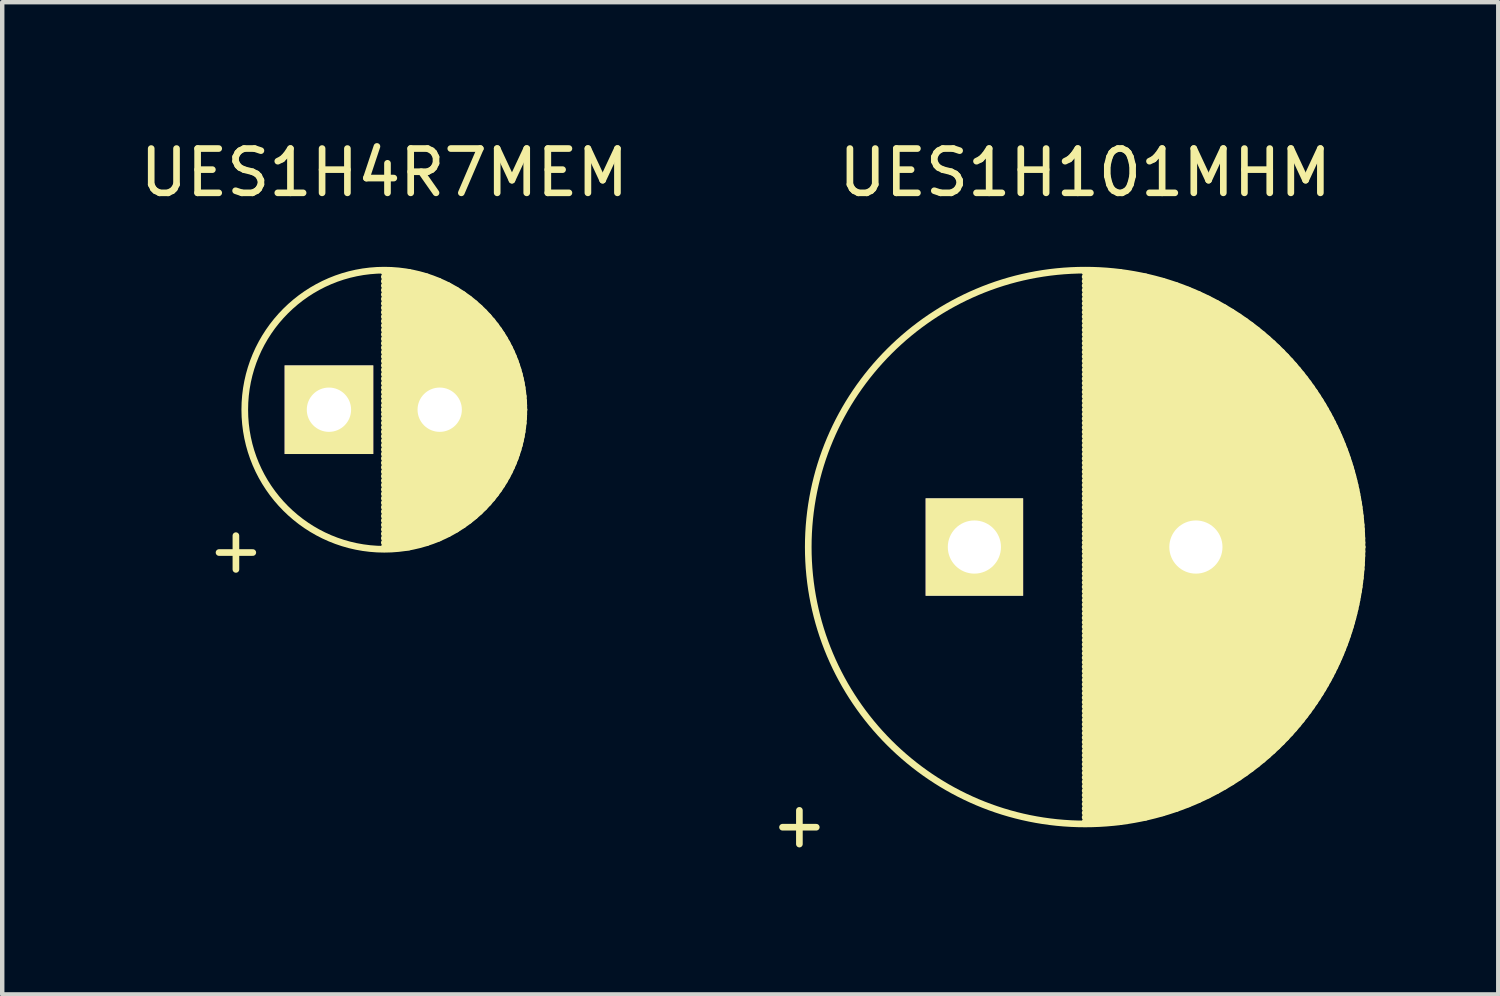
<source format=kicad_pcb>
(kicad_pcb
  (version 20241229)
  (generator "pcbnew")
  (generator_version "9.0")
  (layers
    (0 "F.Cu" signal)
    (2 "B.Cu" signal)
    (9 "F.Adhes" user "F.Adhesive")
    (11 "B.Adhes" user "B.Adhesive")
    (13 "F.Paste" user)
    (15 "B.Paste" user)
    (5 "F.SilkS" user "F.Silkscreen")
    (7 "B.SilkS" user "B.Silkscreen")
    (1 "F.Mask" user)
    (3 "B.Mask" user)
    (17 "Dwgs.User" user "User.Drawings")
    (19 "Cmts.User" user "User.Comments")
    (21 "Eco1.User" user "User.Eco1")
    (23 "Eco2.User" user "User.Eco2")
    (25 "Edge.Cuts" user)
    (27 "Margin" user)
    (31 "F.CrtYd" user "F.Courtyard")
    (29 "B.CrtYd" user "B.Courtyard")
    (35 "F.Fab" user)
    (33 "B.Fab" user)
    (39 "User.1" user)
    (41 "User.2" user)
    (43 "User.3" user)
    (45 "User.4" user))
  (footprint "UES1H101MHM"
    (layer "F.Cu")
    (at 18.944 9.298)
    (property "Reference" "UES1H101MHM" (at 2.5 -8.45 0) (layer "F.SilkS") (effects (font (size 1 1) (thickness 0.15))))
    (attr through_hole)
    (fp_line (start 2.5 -6.2) (end 3.289 -6.2) (stroke (width 0.15) (type solid)) (layer "F.SilkS"))
    (fp_line (start 2.5 -6.1) (end 3.861 -6.1) (stroke (width 0.15) (type solid)) (layer "F.SilkS"))
    (fp_line (start 2.5 -6) (end 4.25 -6) (stroke (width 0.15) (type solid)) (layer "F.SilkS"))
    (fp_line (start 2.5 -5.9) (end 4.562 -5.9) (stroke (width 0.15) (type solid)) (layer "F.SilkS"))
    (fp_line (start 2.5 -5.8) (end 4.829 -5.8) (stroke (width 0.15) (type solid)) (layer "F.SilkS"))
    (fp_line (start 2.5 -5.7) (end 5.064 -5.7) (stroke (width 0.15) (type solid)) (layer "F.SilkS"))
    (fp_line (start 2.5 -5.6) (end 5.275 -5.6) (stroke (width 0.15) (type solid)) (layer "F.SilkS"))
    (fp_line (start 2.5 -5.5) (end 5.469 -5.5) (stroke (width 0.15) (type solid)) (layer "F.SilkS"))
    (fp_line (start 2.5 -5.4) (end 5.647 -5.4) (stroke (width 0.15) (type solid)) (layer "F.SilkS"))
    (fp_line (start 2.5 -5.3) (end 5.812 -5.3) (stroke (width 0.15) (type solid)) (layer "F.SilkS"))
    (fp_line (start 2.5 -5.2) (end 5.967 -5.2) (stroke (width 0.15) (type solid)) (layer "F.SilkS"))
    (fp_line (start 2.5 -5.1) (end 6.113 -5.1) (stroke (width 0.15) (type solid)) (layer "F.SilkS"))
    (fp_line (start 2.5 -5) (end 6.25 -5) (stroke (width 0.15) (type solid)) (layer "F.SilkS"))
    (fp_line (start 2.5 -4.9) (end 6.38 -4.9) (stroke (width 0.15) (type solid)) (layer "F.SilkS"))
    (fp_line (start 2.5 -4.8) (end 6.503 -4.8) (stroke (width 0.15) (type solid)) (layer "F.SilkS"))
    (fp_line (start 2.5 -4.7) (end 6.62 -4.7) (stroke (width 0.15) (type solid)) (layer "F.SilkS"))
    (fp_line (start 2.5 -4.6) (end 6.731 -4.6) (stroke (width 0.15) (type solid)) (layer "F.SilkS"))
    (fp_line (start 2.5 -4.5) (end 6.837 -4.5) (stroke (width 0.15) (type solid)) (layer "F.SilkS"))
    (fp_line (start 2.5 -4.4) (end 6.939 -4.4) (stroke (width 0.15) (type solid)) (layer "F.SilkS"))
    (fp_line (start 2.5 -4.3) (end 7.036 -4.3) (stroke (width 0.15) (type solid)) (layer "F.SilkS"))
    (fp_line (start 2.5 -4.2) (end 7.128 -4.2) (stroke (width 0.15) (type solid)) (layer "F.SilkS"))
    (fp_line (start 2.5 -4.1) (end 7.217 -4.1) (stroke (width 0.15) (type solid)) (layer "F.SilkS"))
    (fp_line (start 2.5 -4) (end 7.302 -4) (stroke (width 0.15) (type solid)) (layer "F.SilkS"))
    (fp_line (start 2.5 -3.9) (end 7.384 -3.9) (stroke (width 0.15) (type solid)) (layer "F.SilkS"))
    (fp_line (start 2.5 -3.8) (end 7.462 -3.8) (stroke (width 0.15) (type solid)) (layer "F.SilkS"))
    (fp_line (start 2.5 -3.7) (end 7.537 -3.7) (stroke (width 0.15) (type solid)) (layer "F.SilkS"))
    (fp_line (start 2.5 -3.6) (end 7.609 -3.6) (stroke (width 0.15) (type solid)) (layer "F.SilkS"))
    (fp_line (start 2.5 -3.5) (end 7.678 -3.5) (stroke (width 0.15) (type solid)) (layer "F.SilkS"))
    (fp_line (start 2.5 -3.4) (end 7.744 -3.4) (stroke (width 0.15) (type solid)) (layer "F.SilkS"))
    (fp_line (start 2.5 -3.3) (end 7.808 -3.3) (stroke (width 0.15) (type solid)) (layer "F.SilkS"))
    (fp_line (start 2.5 -3.2) (end 7.869 -3.2) (stroke (width 0.15) (type solid)) (layer "F.SilkS"))
    (fp_line (start 2.5 -3.1) (end 7.927 -3.1) (stroke (width 0.15) (type solid)) (layer "F.SilkS"))
    (fp_line (start 2.5 -3) (end 7.983 -3) (stroke (width 0.15) (type solid)) (layer "F.SilkS"))
    (fp_line (start 2.5 -2.9) (end 8.036 -2.9) (stroke (width 0.15) (type solid)) (layer "F.SilkS"))
    (fp_line (start 2.5 -2.8) (end 8.088 -2.8) (stroke (width 0.15) (type solid)) (layer "F.SilkS"))
    (fp_line (start 2.5 -2.7) (end 8.137 -2.7) (stroke (width 0.15) (type solid)) (layer "F.SilkS"))
    (fp_line (start 2.5 -2.6) (end 8.184 -2.6) (stroke (width 0.15) (type solid)) (layer "F.SilkS"))
    (fp_line (start 2.5 -2.5) (end 8.228 -2.5) (stroke (width 0.15) (type solid)) (layer "F.SilkS"))
    (fp_line (start 2.5 -2.4) (end 8.271 -2.4) (stroke (width 0.15) (type solid)) (layer "F.SilkS"))
    (fp_line (start 2.5 -2.3) (end 8.311 -2.3) (stroke (width 0.15) (type solid)) (layer "F.SilkS"))
    (fp_line (start 2.5 -2.2) (end 8.35 -2.2) (stroke (width 0.15) (type solid)) (layer "F.SilkS"))
    (fp_line (start 2.5 -2.1) (end 8.387 -2.1) (stroke (width 0.15) (type solid)) (layer "F.SilkS"))
    (fp_line (start 2.5 -2) (end 8.421 -2) (stroke (width 0.15) (type solid)) (layer "F.SilkS"))
    (fp_line (start 2.5 -1.9) (end 8.454 -1.9) (stroke (width 0.15) (type solid)) (layer "F.SilkS"))
    (fp_line (start 2.5 -1.8) (end 8.485 -1.8) (stroke (width 0.15) (type solid)) (layer "F.SilkS"))
    (fp_line (start 2.5 -1.7) (end 8.514 -1.7) (stroke (width 0.15) (type solid)) (layer "F.SilkS"))
    (fp_line (start 2.5 -1.6) (end 8.542 -1.6) (stroke (width 0.15) (type solid)) (layer "F.SilkS"))
    (fp_line (start 2.5 -1.5) (end 8.567 -1.5) (stroke (width 0.15) (type solid)) (layer "F.SilkS"))
    (fp_line (start 2.5 -1.4) (end 8.591 -1.4) (stroke (width 0.15) (type solid)) (layer "F.SilkS"))
    (fp_line (start 2.5 -1.3) (end 8.613 -1.3) (stroke (width 0.15) (type solid)) (layer "F.SilkS"))
    (fp_line (start 2.5 -1.2) (end 8.634 -1.2) (stroke (width 0.15) (type solid)) (layer "F.SilkS"))
    (fp_line (start 2.5 -1.1) (end 8.652 -1.1) (stroke (width 0.15) (type solid)) (layer "F.SilkS"))
    (fp_line (start 2.5 -1) (end 8.669 -1) (stroke (width 0.15) (type solid)) (layer "F.SilkS"))
    (fp_line (start 2.5 -0.9) (end 8.685 -0.9) (stroke (width 0.15) (type solid)) (layer "F.SilkS"))
    (fp_line (start 2.5 -0.8) (end 8.699 -0.8) (stroke (width 0.15) (type solid)) (layer "F.SilkS"))
    (fp_line (start 2.5 -0.7) (end 8.711 -0.7) (stroke (width 0.15) (type solid)) (layer "F.SilkS"))
    (fp_line (start 2.5 -0.6) (end 8.721 -0.6) (stroke (width 0.15) (type solid)) (layer "F.SilkS"))
    (fp_line (start 2.5 -0.5) (end 8.73 -0.5) (stroke (width 0.15) (type solid)) (layer "F.SilkS"))
    (fp_line (start 2.5 -0.4) (end 8.737 -0.4) (stroke (width 0.15) (type solid)) (layer "F.SilkS"))
    (fp_line (start 2.5 -0.3) (end 8.743 -0.3) (stroke (width 0.15) (type solid)) (layer "F.SilkS"))
    (fp_line (start 2.5 -0.2) (end 8.747 -0.2) (stroke (width 0.15) (type solid)) (layer "F.SilkS"))
    (fp_line (start 2.5 -0.1) (end 8.749 -0.1) (stroke (width 0.15) (type solid)) (layer "F.SilkS"))
    (fp_line (start 2.5 0) (end 8.75 0) (stroke (width 0.15) (type solid)) (layer "F.SilkS"))
    (fp_line (start 2.5 0) (end 8.75 0) (stroke (width 0.15) (type solid)) (layer "F.SilkS"))
    (fp_line (start 2.5 0.1) (end 8.749 0.1) (stroke (width 0.15) (type solid)) (layer "F.SilkS"))
    (fp_line (start 2.5 0.2) (end 8.747 0.2) (stroke (width 0.15) (type solid)) (layer "F.SilkS"))
    (fp_line (start 2.5 0.3) (end 8.743 0.3) (stroke (width 0.15) (type solid)) (layer "F.SilkS"))
    (fp_line (start 2.5 0.4) (end 8.737 0.4) (stroke (width 0.15) (type solid)) (layer "F.SilkS"))
    (fp_line (start 2.5 0.5) (end 8.73 0.5) (stroke (width 0.15) (type solid)) (layer "F.SilkS"))
    (fp_line (start 2.5 0.6) (end 8.721 0.6) (stroke (width 0.15) (type solid)) (layer "F.SilkS"))
    (fp_line (start 2.5 0.7) (end 8.711 0.7) (stroke (width 0.15) (type solid)) (layer "F.SilkS"))
    (fp_line (start 2.5 0.8) (end 8.699 0.8) (stroke (width 0.15) (type solid)) (layer "F.SilkS"))
    (fp_line (start 2.5 0.9) (end 8.685 0.9) (stroke (width 0.15) (type solid)) (layer "F.SilkS"))
    (fp_line (start 2.5 1) (end 8.669 1) (stroke (width 0.15) (type solid)) (layer "F.SilkS"))
    (fp_line (start 2.5 1.1) (end 8.652 1.1) (stroke (width 0.15) (type solid)) (layer "F.SilkS"))
    (fp_line (start 2.5 1.2) (end 8.634 1.2) (stroke (width 0.15) (type solid)) (layer "F.SilkS"))
    (fp_line (start 2.5 1.3) (end 8.613 1.3) (stroke (width 0.15) (type solid)) (layer "F.SilkS"))
    (fp_line (start 2.5 1.4) (end 8.591 1.4) (stroke (width 0.15) (type solid)) (layer "F.SilkS"))
    (fp_line (start 2.5 1.5) (end 8.567 1.5) (stroke (width 0.15) (type solid)) (layer "F.SilkS"))
    (fp_line (start 2.5 1.6) (end 8.542 1.6) (stroke (width 0.15) (type solid)) (layer "F.SilkS"))
    (fp_line (start 2.5 1.7) (end 8.514 1.7) (stroke (width 0.15) (type solid)) (layer "F.SilkS"))
    (fp_line (start 2.5 1.8) (end 8.485 1.8) (stroke (width 0.15) (type solid)) (layer "F.SilkS"))
    (fp_line (start 2.5 1.9) (end 8.454 1.9) (stroke (width 0.15) (type solid)) (layer "F.SilkS"))
    (fp_line (start 2.5 2) (end 8.421 2) (stroke (width 0.15) (type solid)) (layer "F.SilkS"))
    (fp_line (start 2.5 2.1) (end 8.387 2.1) (stroke (width 0.15) (type solid)) (layer "F.SilkS"))
    (fp_line (start 2.5 2.2) (end 8.35 2.2) (stroke (width 0.15) (type solid)) (layer "F.SilkS"))
    (fp_line (start 2.5 2.3) (end 8.311 2.3) (stroke (width 0.15) (type solid)) (layer "F.SilkS"))
    (fp_line (start 2.5 2.4) (end 8.271 2.4) (stroke (width 0.15) (type solid)) (layer "F.SilkS"))
    (fp_line (start 2.5 2.5) (end 8.228 2.5) (stroke (width 0.15) (type solid)) (layer "F.SilkS"))
    (fp_line (start 2.5 2.6) (end 8.184 2.6) (stroke (width 0.15) (type solid)) (layer "F.SilkS"))
    (fp_line (start 2.5 2.7) (end 8.137 2.7) (stroke (width 0.15) (type solid)) (layer "F.SilkS"))
    (fp_line (start 2.5 2.8) (end 8.088 2.8) (stroke (width 0.15) (type solid)) (layer "F.SilkS"))
    (fp_line (start 2.5 2.9) (end 8.036 2.9) (stroke (width 0.15) (type solid)) (layer "F.SilkS"))
    (fp_line (start 2.5 3) (end 7.983 3) (stroke (width 0.15) (type solid)) (layer "F.SilkS"))
    (fp_line (start 2.5 3.1) (end 7.927 3.1) (stroke (width 0.15) (type solid)) (layer "F.SilkS"))
    (fp_line (start 2.5 3.2) (end 7.869 3.2) (stroke (width 0.15) (type solid)) (layer "F.SilkS"))
    (fp_line (start 2.5 3.3) (end 7.808 3.3) (stroke (width 0.15) (type solid)) (layer "F.SilkS"))
    (fp_line (start 2.5 3.4) (end 7.744 3.4) (stroke (width 0.15) (type solid)) (layer "F.SilkS"))
    (fp_line (start 2.5 3.5) (end 7.678 3.5) (stroke (width 0.15) (type solid)) (layer "F.SilkS"))
    (fp_line (start 2.5 3.6) (end 7.609 3.6) (stroke (width 0.15) (type solid)) (layer "F.SilkS"))
    (fp_line (start 2.5 3.7) (end 7.537 3.7) (stroke (width 0.15) (type solid)) (layer "F.SilkS"))
    (fp_line (start 2.5 3.8) (end 7.462 3.8) (stroke (width 0.15) (type solid)) (layer "F.SilkS"))
    (fp_line (start 2.5 3.9) (end 7.384 3.9) (stroke (width 0.15) (type solid)) (layer "F.SilkS"))
    (fp_line (start 2.5 4) (end 7.302 4) (stroke (width 0.15) (type solid)) (layer "F.SilkS"))
    (fp_line (start 2.5 4.1) (end 7.217 4.1) (stroke (width 0.15) (type solid)) (layer "F.SilkS"))
    (fp_line (start 2.5 4.2) (end 7.128 4.2) (stroke (width 0.15) (type solid)) (layer "F.SilkS"))
    (fp_line (start 2.5 4.3) (end 7.036 4.3) (stroke (width 0.15) (type solid)) (layer "F.SilkS"))
    (fp_line (start 2.5 4.4) (end 6.939 4.4) (stroke (width 0.15) (type solid)) (layer "F.SilkS"))
    (fp_line (start 2.5 4.5) (end 6.837 4.5) (stroke (width 0.15) (type solid)) (layer "F.SilkS"))
    (fp_line (start 2.5 4.6) (end 6.731 4.6) (stroke (width 0.15) (type solid)) (layer "F.SilkS"))
    (fp_line (start 2.5 4.7) (end 6.62 4.7) (stroke (width 0.15) (type solid)) (layer "F.SilkS"))
    (fp_line (start 2.5 4.8) (end 6.503 4.8) (stroke (width 0.15) (type solid)) (layer "F.SilkS"))
    (fp_line (start 2.5 4.9) (end 6.38 4.9) (stroke (width 0.15) (type solid)) (layer "F.SilkS"))
    (fp_line (start 2.5 5) (end 6.25 5) (stroke (width 0.15) (type solid)) (layer "F.SilkS"))
    (fp_line (start 2.5 5.1) (end 6.113 5.1) (stroke (width 0.15) (type solid)) (layer "F.SilkS"))
    (fp_line (start 2.5 5.2) (end 5.967 5.2) (stroke (width 0.15) (type solid)) (layer "F.SilkS"))
    (fp_line (start 2.5 5.3) (end 5.812 5.3) (stroke (width 0.15) (type solid)) (layer "F.SilkS"))
    (fp_line (start 2.5 5.4) (end 5.647 5.4) (stroke (width 0.15) (type solid)) (layer "F.SilkS"))
    (fp_line (start 2.5 5.5) (end 5.469 5.5) (stroke (width 0.15) (type solid)) (layer "F.SilkS"))
    (fp_line (start 2.5 5.6) (end 5.275 5.6) (stroke (width 0.15) (type solid)) (layer "F.SilkS"))
    (fp_line (start 2.5 5.7) (end 5.064 5.7) (stroke (width 0.15) (type solid)) (layer "F.SilkS"))
    (fp_line (start 2.5 5.8) (end 4.829 5.8) (stroke (width 0.15) (type solid)) (layer "F.SilkS"))
    (fp_line (start 2.5 5.9) (end 4.562 5.9) (stroke (width 0.15) (type solid)) (layer "F.SilkS"))
    (fp_line (start 2.5 6) (end 4.25 6) (stroke (width 0.15) (type solid)) (layer "F.SilkS"))
    (fp_line (start 2.5 6.1) (end 3.861 6.1) (stroke (width 0.15) (type solid)) (layer "F.SilkS"))
    (fp_line (start 2.5 6.2) (end 3.289 6.2) (stroke (width 0.15) (type solid)) (layer "F.SilkS"))
    (fp_circle (center 2.5 0) (end 2.5 -6.25) (stroke (width 0.15) (type solid)) (fill no) (layer "F.SilkS"))
    (fp_text user "+" (at -3.95 6.25 0) (layer "F.SilkS") (effects (font (size 1 1) (thickness 0.15))))
    (pad "1" thru_hole rect (at 0 0) (size 2.2 2.2) (drill 1.2) (layers "*.Cu" "*.Mask" "F.SilkS"))
    (pad "2" thru_hole circle (at 5 0) (size 2.2 2.2) (drill 1.2) (layers "*.Cu" "*.Mask" "F.SilkS")))
  (footprint "UES1H4R7MEM"
    (layer "F.Cu")
    (at 4.375 6.198)
    (property "Reference" "UES1H4R7MEM" (at 1.25 -5.35 0) (layer "F.SilkS") (effects (font (size 1 1) (thickness 0.15))))
    (attr through_hole)
    (fp_line (start 1.25 -3.1) (end 1.809 -3.1) (stroke (width 0.15) (type solid)) (layer "F.SilkS"))
    (fp_line (start 1.25 -3) (end 2.21 -3) (stroke (width 0.15) (type solid)) (layer "F.SilkS"))
    (fp_line (start 1.25 -2.9) (end 2.48 -2.9) (stroke (width 0.15) (type solid)) (layer "F.SilkS"))
    (fp_line (start 1.25 -2.8) (end 2.693 -2.8) (stroke (width 0.15) (type solid)) (layer "F.SilkS"))
    (fp_line (start 1.25 -2.7) (end 2.872 -2.7) (stroke (width 0.15) (type solid)) (layer "F.SilkS"))
    (fp_line (start 1.25 -2.6) (end 3.028 -2.6) (stroke (width 0.15) (type solid)) (layer "F.SilkS"))
    (fp_line (start 1.25 -2.5) (end 3.166 -2.5) (stroke (width 0.15) (type solid)) (layer "F.SilkS"))
    (fp_line (start 1.25 -2.4) (end 3.29 -2.4) (stroke (width 0.15) (type solid)) (layer "F.SilkS"))
    (fp_line (start 1.25 -2.3) (end 3.402 -2.3) (stroke (width 0.15) (type solid)) (layer "F.SilkS"))
    (fp_line (start 1.25 -2.2) (end 3.504 -2.2) (stroke (width 0.15) (type solid)) (layer "F.SilkS"))
    (fp_line (start 1.25 -2.1) (end 3.598 -2.1) (stroke (width 0.15) (type solid)) (layer "F.SilkS"))
    (fp_line (start 1.25 -2) (end 3.684 -2) (stroke (width 0.15) (type solid)) (layer "F.SilkS"))
    (fp_line (start 1.25 -1.9) (end 3.762 -1.9) (stroke (width 0.15) (type solid)) (layer "F.SilkS"))
    (fp_line (start 1.25 -1.8) (end 3.835 -1.8) (stroke (width 0.15) (type solid)) (layer "F.SilkS"))
    (fp_line (start 1.25 -1.7) (end 3.902 -1.7) (stroke (width 0.15) (type solid)) (layer "F.SilkS"))
    (fp_line (start 1.25 -1.6) (end 3.963 -1.6) (stroke (width 0.15) (type solid)) (layer "F.SilkS"))
    (fp_line (start 1.25 -1.5) (end 4.02 -1.5) (stroke (width 0.15) (type solid)) (layer "F.SilkS"))
    (fp_line (start 1.25 -1.4) (end 4.072 -1.4) (stroke (width 0.15) (type solid)) (layer "F.SilkS"))
    (fp_line (start 1.25 -1.3) (end 4.119 -1.3) (stroke (width 0.15) (type solid)) (layer "F.SilkS"))
    (fp_line (start 1.25 -1.2) (end 4.162 -1.2) (stroke (width 0.15) (type solid)) (layer "F.SilkS"))
    (fp_line (start 1.25 -1.1) (end 4.202 -1.1) (stroke (width 0.15) (type solid)) (layer "F.SilkS"))
    (fp_line (start 1.25 -1) (end 4.237 -1) (stroke (width 0.15) (type solid)) (layer "F.SilkS"))
    (fp_line (start 1.25 -0.9) (end 4.269 -0.9) (stroke (width 0.15) (type solid)) (layer "F.SilkS"))
    (fp_line (start 1.25 -0.8) (end 4.297 -0.8) (stroke (width 0.15) (type solid)) (layer "F.SilkS"))
    (fp_line (start 1.25 -0.7) (end 4.321 -0.7) (stroke (width 0.15) (type solid)) (layer "F.SilkS"))
    (fp_line (start 1.25 -0.6) (end 4.342 -0.6) (stroke (width 0.15) (type solid)) (layer "F.SilkS"))
    (fp_line (start 1.25 -0.5) (end 4.36 -0.5) (stroke (width 0.15) (type solid)) (layer "F.SilkS"))
    (fp_line (start 1.25 -0.4) (end 4.375 -0.4) (stroke (width 0.15) (type solid)) (layer "F.SilkS"))
    (fp_line (start 1.25 -0.3) (end 4.386 -0.3) (stroke (width 0.15) (type solid)) (layer "F.SilkS"))
    (fp_line (start 1.25 -0.2) (end 4.394 -0.2) (stroke (width 0.15) (type solid)) (layer "F.SilkS"))
    (fp_line (start 1.25 -0.1) (end 4.398 -0.1) (stroke (width 0.15) (type solid)) (layer "F.SilkS"))
    (fp_line (start 1.25 0) (end 4.4 0) (stroke (width 0.15) (type solid)) (layer "F.SilkS"))
    (fp_line (start 1.25 0) (end 4.4 0) (stroke (width 0.15) (type solid)) (layer "F.SilkS"))
    (fp_line (start 1.25 0.1) (end 4.398 0.1) (stroke (width 0.15) (type solid)) (layer "F.SilkS"))
    (fp_line (start 1.25 0.2) (end 4.394 0.2) (stroke (width 0.15) (type solid)) (layer "F.SilkS"))
    (fp_line (start 1.25 0.3) (end 4.386 0.3) (stroke (width 0.15) (type solid)) (layer "F.SilkS"))
    (fp_line (start 1.25 0.4) (end 4.375 0.4) (stroke (width 0.15) (type solid)) (layer "F.SilkS"))
    (fp_line (start 1.25 0.5) (end 4.36 0.5) (stroke (width 0.15) (type solid)) (layer "F.SilkS"))
    (fp_line (start 1.25 0.6) (end 4.342 0.6) (stroke (width 0.15) (type solid)) (layer "F.SilkS"))
    (fp_line (start 1.25 0.7) (end 4.321 0.7) (stroke (width 0.15) (type solid)) (layer "F.SilkS"))
    (fp_line (start 1.25 0.8) (end 4.297 0.8) (stroke (width 0.15) (type solid)) (layer "F.SilkS"))
    (fp_line (start 1.25 0.9) (end 4.269 0.9) (stroke (width 0.15) (type solid)) (layer "F.SilkS"))
    (fp_line (start 1.25 1) (end 4.237 1) (stroke (width 0.15) (type solid)) (layer "F.SilkS"))
    (fp_line (start 1.25 1.1) (end 4.202 1.1) (stroke (width 0.15) (type solid)) (layer "F.SilkS"))
    (fp_line (start 1.25 1.2) (end 4.162 1.2) (stroke (width 0.15) (type solid)) (layer "F.SilkS"))
    (fp_line (start 1.25 1.3) (end 4.119 1.3) (stroke (width 0.15) (type solid)) (layer "F.SilkS"))
    (fp_line (start 1.25 1.4) (end 4.072 1.4) (stroke (width 0.15) (type solid)) (layer "F.SilkS"))
    (fp_line (start 1.25 1.5) (end 4.02 1.5) (stroke (width 0.15) (type solid)) (layer "F.SilkS"))
    (fp_line (start 1.25 1.6) (end 3.963 1.6) (stroke (width 0.15) (type solid)) (layer "F.SilkS"))
    (fp_line (start 1.25 1.7) (end 3.902 1.7) (stroke (width 0.15) (type solid)) (layer "F.SilkS"))
    (fp_line (start 1.25 1.8) (end 3.835 1.8) (stroke (width 0.15) (type solid)) (layer "F.SilkS"))
    (fp_line (start 1.25 1.9) (end 3.762 1.9) (stroke (width 0.15) (type solid)) (layer "F.SilkS"))
    (fp_line (start 1.25 2) (end 3.684 2) (stroke (width 0.15) (type solid)) (layer "F.SilkS"))
    (fp_line (start 1.25 2.1) (end 3.598 2.1) (stroke (width 0.15) (type solid)) (layer "F.SilkS"))
    (fp_line (start 1.25 2.2) (end 3.504 2.2) (stroke (width 0.15) (type solid)) (layer "F.SilkS"))
    (fp_line (start 1.25 2.3) (end 3.402 2.3) (stroke (width 0.15) (type solid)) (layer "F.SilkS"))
    (fp_line (start 1.25 2.4) (end 3.29 2.4) (stroke (width 0.15) (type solid)) (layer "F.SilkS"))
    (fp_line (start 1.25 2.5) (end 3.166 2.5) (stroke (width 0.15) (type solid)) (layer "F.SilkS"))
    (fp_line (start 1.25 2.6) (end 3.028 2.6) (stroke (width 0.15) (type solid)) (layer "F.SilkS"))
    (fp_line (start 1.25 2.7) (end 2.872 2.7) (stroke (width 0.15) (type solid)) (layer "F.SilkS"))
    (fp_line (start 1.25 2.8) (end 2.693 2.8) (stroke (width 0.15) (type solid)) (layer "F.SilkS"))
    (fp_line (start 1.25 2.9) (end 2.48 2.9) (stroke (width 0.15) (type solid)) (layer "F.SilkS"))
    (fp_line (start 1.25 3) (end 2.21 3) (stroke (width 0.15) (type solid)) (layer "F.SilkS"))
    (fp_line (start 1.25 3.1) (end 1.809 3.1) (stroke (width 0.15) (type solid)) (layer "F.SilkS"))
    (fp_circle (center 1.25 0) (end 1.25 -3.15) (stroke (width 0.15) (type solid)) (fill no) (layer "F.SilkS"))
    (fp_text user "+" (at -2.1 3.15 0) (layer "F.SilkS") (effects (font (size 1 1) (thickness 0.15))))
    (pad "1" thru_hole rect (at 0 0) (size 2 2) (drill 1) (layers "*.Cu" "*.Mask" "F.SilkS"))
    (pad "2" thru_hole circle (at 2.5 0) (size 2 2) (drill 1) (layers "*.Cu" "*.Mask" "F.SilkS")))
  (gr_rect
    (start -3 -3)
    (end 30.769 19.396)
    (stroke (width 0.1) (type default))
    (fill no)
    (layer "Edge.Cuts")))
</source>
